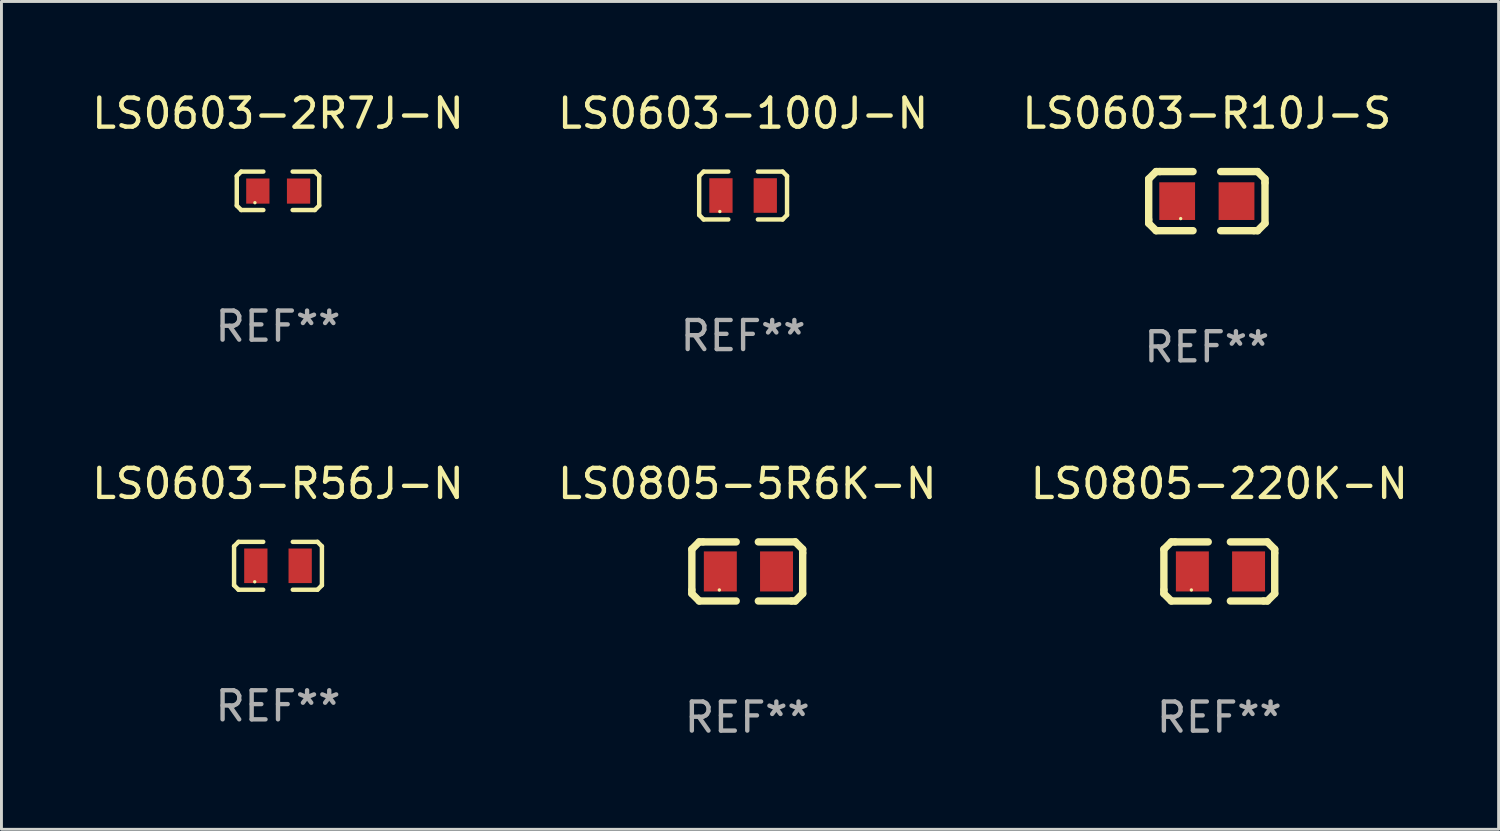
<source format=kicad_pcb>
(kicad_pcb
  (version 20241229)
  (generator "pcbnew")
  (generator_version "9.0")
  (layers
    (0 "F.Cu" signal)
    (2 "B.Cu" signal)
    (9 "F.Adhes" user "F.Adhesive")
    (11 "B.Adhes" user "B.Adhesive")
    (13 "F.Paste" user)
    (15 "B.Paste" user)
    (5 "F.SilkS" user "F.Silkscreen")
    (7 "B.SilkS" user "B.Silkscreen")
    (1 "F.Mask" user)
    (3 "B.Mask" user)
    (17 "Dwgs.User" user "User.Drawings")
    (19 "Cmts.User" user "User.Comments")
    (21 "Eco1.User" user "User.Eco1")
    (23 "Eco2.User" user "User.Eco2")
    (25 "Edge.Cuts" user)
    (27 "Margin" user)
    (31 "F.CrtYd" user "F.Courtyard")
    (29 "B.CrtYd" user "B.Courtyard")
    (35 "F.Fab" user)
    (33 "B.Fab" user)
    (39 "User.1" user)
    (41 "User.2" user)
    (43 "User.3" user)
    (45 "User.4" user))
  (footprint "LS0603-2R7J-N"
    (layer "F.Cu")
    (at 6.506 3.509)
    (property "Reference" "LS0603-2R7J-N" (at 0 -2.661 0) (layer "F.SilkS") (effects (font (size 1 1) (thickness 0.15))))
    (attr through_hole)
    (fp_line (start -1.417 -0.508) (end -1.265 -0.661) (stroke (width 0.152) (type solid)) (layer "F.SilkS"))
    (fp_line (start -1.417 0.508) (end -1.417 -0.508) (stroke (width 0.152) (type solid)) (layer "F.SilkS"))
    (fp_line (start -1.265 -0.661) (end -0.503 -0.661) (stroke (width 0.152) (type solid)) (layer "F.SilkS"))
    (fp_line (start -1.265 0.661) (end -1.417 0.508) (stroke (width 0.152) (type solid)) (layer "F.SilkS"))
    (fp_line (start -1.265 0.661) (end -0.503 0.661) (stroke (width 0.152) (type solid)) (layer "F.SilkS"))
    (fp_line (start 1.265 -0.661) (end 0.503 -0.661) (stroke (width 0.152) (type solid)) (layer "F.SilkS"))
    (fp_line (start 1.265 -0.661) (end 1.417 -0.508) (stroke (width 0.152) (type solid)) (layer "F.SilkS"))
    (fp_line (start 1.265 0.661) (end 0.503 0.661) (stroke (width 0.152) (type solid)) (layer "F.SilkS"))
    (fp_line (start 1.417 -0.508) (end 1.417 0.508) (stroke (width 0.152) (type solid)) (layer "F.SilkS"))
    (fp_line (start 1.417 0.508) (end 1.265 0.661) (stroke (width 0.152) (type solid)) (layer "F.SilkS"))
    (fp_circle (center -0.793 0.409) (end -0.763 0.409) (stroke (width 0.06) (type solid)) (fill no) (layer "F.SilkS"))
    (fp_text user "REF**" (at 0 4.661 0) (layer "F.Fab") (effects (font (size 1 1) (thickness 0.15))))
    (pad "1" smd rect (at -0.693 0.009 180) (size 0.8 0.864) (layers "F.Cu" "F.Mask" "F.Paste"))
    (pad "2" smd rect (at 0.707 0.009 180) (size 0.8 0.864) (layers "F.Cu" "F.Mask" "F.Paste")))
  (footprint "LS0805-220K-N"
    (layer "F.Cu")
    (at 38.863 16.593)
    (property "Reference" "LS0805-220K-N" (at 0 -3.016 0) (layer "F.SilkS") (effects (font (size 1 1) (thickness 0.15))))
    (attr through_hole)
    (fp_line (start -1.905 -0.762) (end -1.905 0.635) (stroke (width 0.254) (type solid)) (layer "F.SilkS"))
    (fp_line (start -1.905 0.635) (end -1.905 0.762) (stroke (width 0.254) (type solid)) (layer "F.SilkS"))
    (fp_line (start -1.905 0.762) (end -1.651 1.016) (stroke (width 0.254) (type solid)) (layer "F.SilkS"))
    (fp_line (start -1.651 -1.016) (end -1.905 -0.762) (stroke (width 0.254) (type solid)) (layer "F.SilkS"))
    (fp_line (start -1.651 1.016) (end -0.381 1.016) (stroke (width 0.254) (type solid)) (layer "F.SilkS"))
    (fp_line (start -1.524 -1.016) (end -1.651 -1.016) (stroke (width 0.254) (type solid)) (layer "F.SilkS"))
    (fp_line (start -0.381 -1.016) (end -1.524 -1.016) (stroke (width 0.254) (type solid)) (layer "F.SilkS"))
    (fp_line (start 0.381 1.016) (end 1.524 1.016) (stroke (width 0.254) (type solid)) (layer "F.SilkS"))
    (fp_line (start 1.524 1.016) (end 1.651 1.016) (stroke (width 0.254) (type solid)) (layer "F.SilkS"))
    (fp_line (start 1.651 -1.016) (end 0.381 -1.016) (stroke (width 0.254) (type solid)) (layer "F.SilkS"))
    (fp_line (start 1.651 1.016) (end 1.905 0.762) (stroke (width 0.254) (type solid)) (layer "F.SilkS"))
    (fp_line (start 1.905 -0.762) (end 1.651 -1.016) (stroke (width 0.254) (type solid)) (layer "F.SilkS"))
    (fp_line (start 1.905 -0.635) (end 1.905 -0.762) (stroke (width 0.254) (type solid)) (layer "F.SilkS"))
    (fp_line (start 1.905 0.762) (end 1.905 -0.635) (stroke (width 0.254) (type solid)) (layer "F.SilkS"))
    (fp_circle (center -0.96 0.637) (end -0.93 0.637) (stroke (width 0.06) (type solid)) (fill no) (layer "F.SilkS"))
    (fp_text user "REF**" (at 0 5.016 0) (layer "F.Fab") (effects (font (size 1 1) (thickness 0.15))))
    (pad "1" smd rect (at -0.926 -0.000051) (size 1.133 1.377) (layers "F.Cu" "F.Mask" "F.Paste"))
    (pad "2" smd rect (at 1.006 -0.000051) (size 1.133 1.377) (layers "F.Cu" "F.Mask" "F.Paste")))
  (footprint "LS0603-R56J-N"
    (layer "F.Cu")
    (at 6.506 16.399)
    (property "Reference" "LS0603-R56J-N" (at 0 -2.823 0) (layer "F.SilkS") (effects (font (size 1 1) (thickness 0.15))))
    (attr through_hole)
    (fp_line (start -1.51 -0.67) (end -1.51 0.67) (stroke (width 0.152) (type solid)) (layer "F.SilkS"))
    (fp_line (start -1.51 0.67) (end -1.357 0.823) (stroke (width 0.152) (type solid)) (layer "F.SilkS"))
    (fp_line (start -1.357 -0.823) (end -1.51 -0.67) (stroke (width 0.152) (type solid)) (layer "F.SilkS"))
    (fp_line (start -1.357 -0.823) (end -0.508 -0.823) (stroke (width 0.152) (type solid)) (layer "F.SilkS"))
    (fp_line (start -1.357 0.823) (end -0.508 0.823) (stroke (width 0.152) (type solid)) (layer "F.SilkS"))
    (fp_line (start 1.357 -0.823) (end 0.508 -0.823) (stroke (width 0.152) (type solid)) (layer "F.SilkS"))
    (fp_line (start 1.357 -0.823) (end 1.51 -0.67) (stroke (width 0.152) (type solid)) (layer "F.SilkS"))
    (fp_line (start 1.357 0.823) (end 0.508 0.823) (stroke (width 0.152) (type solid)) (layer "F.SilkS"))
    (fp_line (start 1.51 -0.67) (end 1.51 0.67) (stroke (width 0.152) (type solid)) (layer "F.SilkS"))
    (fp_line (start 1.51 0.67) (end 1.357 0.823) (stroke (width 0.152) (type solid)) (layer "F.SilkS"))
    (fp_circle (center -0.8 0.55) (end -0.77 0.55) (stroke (width 0.06) (type solid)) (fill no) (layer "F.SilkS"))
    (fp_text user "REF**" (at 0 4.823 0) (layer "F.Fab") (effects (font (size 1 1) (thickness 0.15))))
    (pad "1" smd rect (at -0.762 0) (size 0.8 1.188) (layers "F.Cu" "F.Mask" "F.Paste"))
    (pad "2" smd rect (at 0.762 0) (size 0.8 1.188) (layers "F.Cu" "F.Mask" "F.Paste")))
  (footprint "LS0603-R10J-S"
    (layer "F.Cu")
    (at 38.435 3.864)
    (property "Reference" "LS0603-R10J-S" (at 0 -3.016 0) (layer "F.SilkS") (effects (font (size 1 1) (thickness 0.15))))
    (attr through_hole)
    (fp_line (start -1.999 -0.762) (end -1.999 0.635) (stroke (width 0.254) (type solid)) (layer "F.SilkS"))
    (fp_line (start -1.999 0.635) (end -1.999 0.762) (stroke (width 0.254) (type solid)) (layer "F.SilkS"))
    (fp_line (start -1.999 0.762) (end -1.745 1.016) (stroke (width 0.254) (type solid)) (layer "F.SilkS"))
    (fp_line (start -1.745 -1.016) (end -1.999 -0.762) (stroke (width 0.254) (type solid)) (layer "F.SilkS"))
    (fp_line (start -1.745 1.016) (end -0.475 1.016) (stroke (width 0.254) (type solid)) (layer "F.SilkS"))
    (fp_line (start -1.618 -1.016) (end -1.745 -1.016) (stroke (width 0.254) (type solid)) (layer "F.SilkS"))
    (fp_line (start -0.475 -1.016) (end -1.618 -1.016) (stroke (width 0.254) (type solid)) (layer "F.SilkS"))
    (fp_line (start 0.475 1.016) (end 1.618 1.016) (stroke (width 0.254) (type solid)) (layer "F.SilkS"))
    (fp_line (start 1.618 1.016) (end 1.745 1.016) (stroke (width 0.254) (type solid)) (layer "F.SilkS"))
    (fp_line (start 1.745 -1.016) (end 0.475 -1.016) (stroke (width 0.254) (type solid)) (layer "F.SilkS"))
    (fp_line (start 1.745 1.016) (end 1.999 0.762) (stroke (width 0.254) (type solid)) (layer "F.SilkS"))
    (fp_line (start 1.999 -0.762) (end 1.745 -1.016) (stroke (width 0.254) (type solid)) (layer "F.SilkS"))
    (fp_line (start 1.999 -0.635) (end 1.999 -0.762) (stroke (width 0.254) (type solid)) (layer "F.SilkS"))
    (fp_line (start 1.999 0.762) (end 1.999 -0.635) (stroke (width 0.254) (type solid)) (layer "F.SilkS"))
    (fp_circle (center -0.9 0.6) (end -0.87 0.6) (stroke (width 0.06) (type solid)) (fill no) (layer "F.SilkS"))
    (fp_text user "REF**" (at 0 5.016 0) (layer "F.Fab") (effects (font (size 1 1) (thickness 0.15))))
    (pad "1" smd rect (at -1.02 0) (size 1.23 1.296) (layers "F.Cu" "F.Mask" "F.Paste"))
    (pad "2" smd rect (at 1.02 0) (size 1.23 1.296) (layers "F.Cu" "F.Mask" "F.Paste")))
  (footprint "LS0805-5R6K-N"
    (layer "F.Cu")
    (at 22.637 16.593)
    (property "Reference" "LS0805-5R6K-N" (at 0 -3.016 0) (layer "F.SilkS") (effects (font (size 1 1) (thickness 0.15))))
    (attr through_hole)
    (fp_line (start -1.905 -0.762) (end -1.905 0.635) (stroke (width 0.254) (type solid)) (layer "F.SilkS"))
    (fp_line (start -1.905 0.635) (end -1.905 0.762) (stroke (width 0.254) (type solid)) (layer "F.SilkS"))
    (fp_line (start -1.905 0.762) (end -1.651 1.016) (stroke (width 0.254) (type solid)) (layer "F.SilkS"))
    (fp_line (start -1.651 -1.016) (end -1.905 -0.762) (stroke (width 0.254) (type solid)) (layer "F.SilkS"))
    (fp_line (start -1.651 1.016) (end -0.381 1.016) (stroke (width 0.254) (type solid)) (layer "F.SilkS"))
    (fp_line (start -1.524 -1.016) (end -1.651 -1.016) (stroke (width 0.254) (type solid)) (layer "F.SilkS"))
    (fp_line (start -0.381 -1.016) (end -1.524 -1.016) (stroke (width 0.254) (type solid)) (layer "F.SilkS"))
    (fp_line (start 0.381 1.016) (end 1.524 1.016) (stroke (width 0.254) (type solid)) (layer "F.SilkS"))
    (fp_line (start 1.524 1.016) (end 1.651 1.016) (stroke (width 0.254) (type solid)) (layer "F.SilkS"))
    (fp_line (start 1.651 -1.016) (end 0.381 -1.016) (stroke (width 0.254) (type solid)) (layer "F.SilkS"))
    (fp_line (start 1.651 1.016) (end 1.905 0.762) (stroke (width 0.254) (type solid)) (layer "F.SilkS"))
    (fp_line (start 1.905 -0.762) (end 1.651 -1.016) (stroke (width 0.254) (type solid)) (layer "F.SilkS"))
    (fp_line (start 1.905 -0.635) (end 1.905 -0.762) (stroke (width 0.254) (type solid)) (layer "F.SilkS"))
    (fp_line (start 1.905 0.762) (end 1.905 -0.635) (stroke (width 0.254) (type solid)) (layer "F.SilkS"))
    (fp_circle (center -0.96 0.637) (end -0.93 0.637) (stroke (width 0.06) (type solid)) (fill no) (layer "F.SilkS"))
    (fp_text user "REF**" (at 0 5.016 0) (layer "F.Fab") (effects (font (size 1 1) (thickness 0.15))))
    (pad "1" smd rect (at -0.926 -0.000051) (size 1.133 1.377) (layers "F.Cu" "F.Mask" "F.Paste"))
    (pad "2" smd rect (at 1.006 -0.000051) (size 1.133 1.377) (layers "F.Cu" "F.Mask" "F.Paste")))
  (footprint "LS0603-100J-N"
    (layer "F.Cu")
    (at 22.494 3.671)
    (property "Reference" "LS0603-100J-N" (at 0 -2.823 0) (layer "F.SilkS") (effects (font (size 1 1) (thickness 0.15))))
    (attr through_hole)
    (fp_line (start -1.51 -0.67) (end -1.51 0.67) (stroke (width 0.152) (type solid)) (layer "F.SilkS"))
    (fp_line (start -1.51 0.67) (end -1.357 0.823) (stroke (width 0.152) (type solid)) (layer "F.SilkS"))
    (fp_line (start -1.357 -0.823) (end -1.51 -0.67) (stroke (width 0.152) (type solid)) (layer "F.SilkS"))
    (fp_line (start -1.357 -0.823) (end -0.508 -0.823) (stroke (width 0.152) (type solid)) (layer "F.SilkS"))
    (fp_line (start -1.357 0.823) (end -0.508 0.823) (stroke (width 0.152) (type solid)) (layer "F.SilkS"))
    (fp_line (start 1.357 -0.823) (end 0.508 -0.823) (stroke (width 0.152) (type solid)) (layer "F.SilkS"))
    (fp_line (start 1.357 -0.823) (end 1.51 -0.67) (stroke (width 0.152) (type solid)) (layer "F.SilkS"))
    (fp_line (start 1.357 0.823) (end 0.508 0.823) (stroke (width 0.152) (type solid)) (layer "F.SilkS"))
    (fp_line (start 1.51 -0.67) (end 1.51 0.67) (stroke (width 0.152) (type solid)) (layer "F.SilkS"))
    (fp_line (start 1.51 0.67) (end 1.357 0.823) (stroke (width 0.152) (type solid)) (layer "F.SilkS"))
    (fp_circle (center -0.8 0.55) (end -0.77 0.55) (stroke (width 0.06) (type solid)) (fill no) (layer "F.SilkS"))
    (fp_text user "REF**" (at 0 4.823 0) (layer "F.Fab") (effects (font (size 1 1) (thickness 0.15))))
    (pad "1" smd rect (at -0.762 0) (size 0.8 1.188) (layers "F.Cu" "F.Mask" "F.Paste"))
    (pad "2" smd rect (at 0.762 0) (size 0.8 1.188) (layers "F.Cu" "F.Mask" "F.Paste")))
  (gr_rect
    (start -3 -3)
    (end 48.464 25.457)
    (stroke (width 0.1) (type default))
    (fill no)
    (layer "Edge.Cuts")))
</source>
